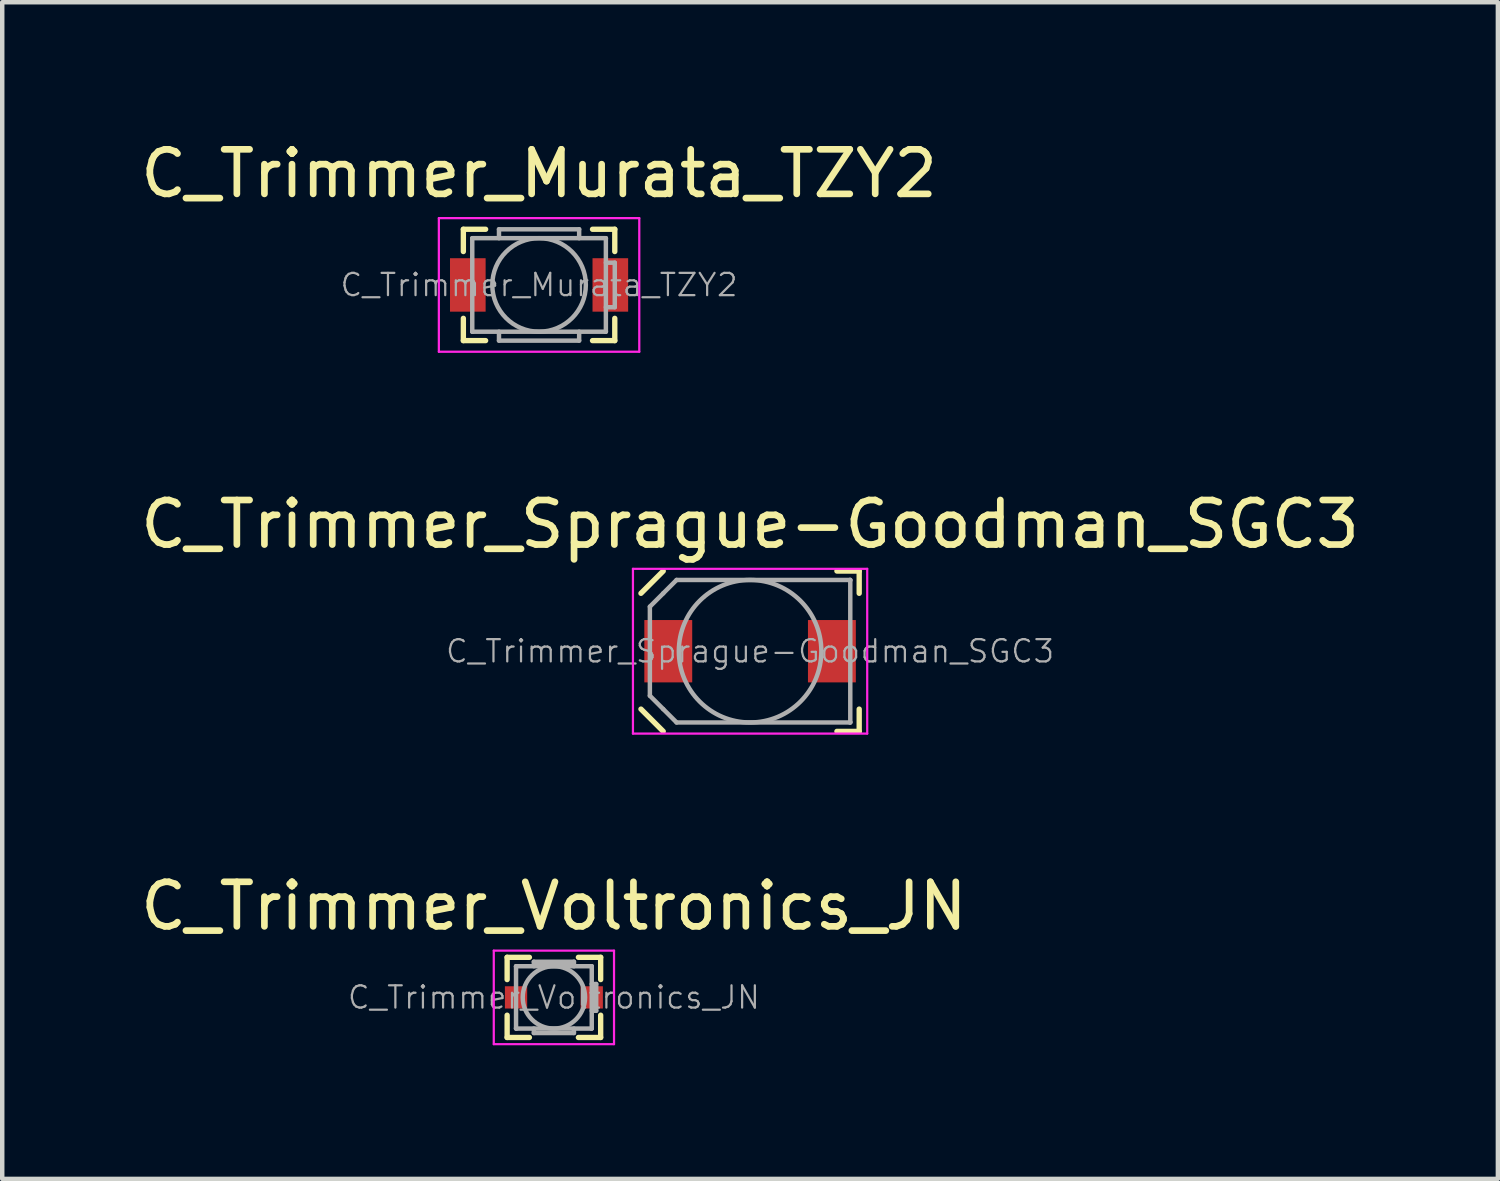
<source format=kicad_pcb>
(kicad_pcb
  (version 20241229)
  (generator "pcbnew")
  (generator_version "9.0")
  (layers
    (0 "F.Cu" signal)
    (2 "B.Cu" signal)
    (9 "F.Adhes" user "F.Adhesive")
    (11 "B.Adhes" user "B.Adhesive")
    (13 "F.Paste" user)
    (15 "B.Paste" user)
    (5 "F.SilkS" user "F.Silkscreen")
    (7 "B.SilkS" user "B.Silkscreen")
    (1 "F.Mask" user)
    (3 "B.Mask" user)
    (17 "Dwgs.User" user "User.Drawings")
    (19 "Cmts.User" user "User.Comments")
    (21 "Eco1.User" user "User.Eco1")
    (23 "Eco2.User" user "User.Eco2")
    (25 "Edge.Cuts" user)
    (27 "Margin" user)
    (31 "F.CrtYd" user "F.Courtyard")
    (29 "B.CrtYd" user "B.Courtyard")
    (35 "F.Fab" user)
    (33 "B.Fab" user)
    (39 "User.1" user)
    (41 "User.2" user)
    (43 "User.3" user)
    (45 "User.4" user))
  (footprint "C_Trimmer_Voltronics_JN"
    (layer "F.Cu")
    (at 9.387 19.345)
    (property "Reference" "C_Trimmer_Voltronics_JN" (at 0 -2.05 0) (layer "F.SilkS") (effects (font (size 1 1) (thickness 0.15))))
    (attr smd)
    (fp_line (start -1.05 -0.9) (end -1.05 -0.4) (stroke (width 0.12) (type solid)) (layer "F.SilkS"))
    (fp_line (start -1.05 -0.9) (end -0.55 -0.9) (stroke (width 0.12) (type solid)) (layer "F.SilkS"))
    (fp_line (start -1.05 0.9) (end -1.05 0.4) (stroke (width 0.12) (type solid)) (layer "F.SilkS"))
    (fp_line (start -1.05 0.9) (end -0.55 0.9) (stroke (width 0.12) (type solid)) (layer "F.SilkS"))
    (fp_line (start 1.05 -0.9) (end 0.55 -0.9) (stroke (width 0.12) (type solid)) (layer "F.SilkS"))
    (fp_line (start 1.05 -0.9) (end 1.05 -0.4) (stroke (width 0.12) (type solid)) (layer "F.SilkS"))
    (fp_line (start 1.05 0.9) (end 0.55 0.9) (stroke (width 0.12) (type solid)) (layer "F.SilkS"))
    (fp_line (start 1.05 0.9) (end 1.05 0.4) (stroke (width 0.12) (type solid)) (layer "F.SilkS"))
    (fp_line (start -1.35 -1.05) (end -1.35 1.05) (stroke (width 0.05) (type solid)) (layer "F.CrtYd"))
    (fp_line (start -1.35 1.05) (end 1.35 1.05) (stroke (width 0.05) (type solid)) (layer "F.CrtYd"))
    (fp_line (start 1.35 -1.05) (end -1.35 -1.05) (stroke (width 0.05) (type solid)) (layer "F.CrtYd"))
    (fp_line (start 1.35 1.05) (end 1.35 -1.05) (stroke (width 0.05) (type solid)) (layer "F.CrtYd"))
    (fp_line (start -0.85 -0.7) (end -0.84 -0.7) (stroke (width 0.1) (type solid)) (layer "F.Fab"))
    (fp_line (start -0.85 -0.69) (end -0.85 -0.7) (stroke (width 0.1) (type solid)) (layer "F.Fab"))
    (fp_line (start -0.85 0.69) (end -0.85 -0.69) (stroke (width 0.1) (type solid)) (layer "F.Fab"))
    (fp_line (start -0.85 0.7) (end -0.85 0.69) (stroke (width 0.1) (type solid)) (layer "F.Fab"))
    (fp_line (start -0.84 -0.7) (end 0.84 -0.7) (stroke (width 0.1) (type solid)) (layer "F.Fab"))
    (fp_line (start -0.84 0.7) (end -0.85 0.7) (stroke (width 0.1) (type solid)) (layer "F.Fab"))
    (fp_line (start -0.45 -0.8) (end 0.45 -0.8) (stroke (width 0.1) (type solid)) (layer "F.Fab"))
    (fp_line (start -0.45 -0.7) (end -0.45 -0.8) (stroke (width 0.1) (type solid)) (layer "F.Fab"))
    (fp_line (start -0.45 0.7) (end -0.45 0.8) (stroke (width 0.1) (type solid)) (layer "F.Fab"))
    (fp_line (start -0.45 0.8) (end 0.45 0.8) (stroke (width 0.1) (type solid)) (layer "F.Fab"))
    (fp_line (start 0.45 -0.8) (end 0.45 -0.7) (stroke (width 0.1) (type solid)) (layer "F.Fab"))
    (fp_line (start 0.45 0.8) (end 0.45 0.7) (stroke (width 0.1) (type solid)) (layer "F.Fab"))
    (fp_line (start 0.84 -0.7) (end 0.85 -0.7) (stroke (width 0.1) (type solid)) (layer "F.Fab"))
    (fp_line (start 0.84 0.7) (end -0.84 0.7) (stroke (width 0.1) (type solid)) (layer "F.Fab"))
    (fp_line (start 0.85 -0.7) (end 0.85 -0.69) (stroke (width 0.1) (type solid)) (layer "F.Fab"))
    (fp_line (start 0.85 -0.69) (end 0.85 0.69) (stroke (width 0.1) (type solid)) (layer "F.Fab"))
    (fp_line (start 0.85 -0.3) (end 0.95 -0.3) (stroke (width 0.1) (type solid)) (layer "F.Fab"))
    (fp_line (start 0.85 0.69) (end 0.85 0.7) (stroke (width 0.1) (type solid)) (layer "F.Fab"))
    (fp_line (start 0.85 0.7) (end 0.84 0.7) (stroke (width 0.1) (type solid)) (layer "F.Fab"))
    (fp_line (start 0.95 -0.3) (end 0.95 0.3) (stroke (width 0.1) (type solid)) (layer "F.Fab"))
    (fp_line (start 0.95 0.3) (end 0.85 0.3) (stroke (width 0.1) (type solid)) (layer "F.Fab"))
    (fp_circle (center 0 0) (end 0.7 0) (stroke (width 0.1) (type solid)) (fill no) (layer "F.Fab"))
    (fp_text user "${REFERENCE}" (at 0 0 0) (layer "F.Fab") (effects (font (size 0.5 0.5) (thickness 0.05))))
    (pad "1" smd rect (at -0.85 0) (size 0.5 0.5) (layers "F.Cu" "F.Mask" "F.Paste"))
    (pad "2" smd rect (at 0.85 0) (size 0.5 0.5) (layers "F.Cu" "F.Mask" "F.Paste")))
  (footprint "C_Trimmer_Murata_TZY2"
    (layer "F.Cu")
    (at 9.054 3.348)
    (property "Reference" "C_Trimmer_Murata_TZY2" (at 0 -2.5 0) (layer "F.SilkS") (effects (font (size 1 1) (thickness 0.15))))
    (attr smd)
    (fp_line (start -1.7 -1.25) (end -1.7 -0.75) (stroke (width 0.12) (type solid)) (layer "F.SilkS"))
    (fp_line (start -1.7 -1.25) (end -1.2 -1.25) (stroke (width 0.12) (type solid)) (layer "F.SilkS"))
    (fp_line (start -1.7 1.25) (end -1.7 0.75) (stroke (width 0.12) (type solid)) (layer "F.SilkS"))
    (fp_line (start -1.7 1.25) (end -1.2 1.25) (stroke (width 0.12) (type solid)) (layer "F.SilkS"))
    (fp_line (start 1.7 -1.25) (end 1.2 -1.25) (stroke (width 0.12) (type solid)) (layer "F.SilkS"))
    (fp_line (start 1.7 -1.25) (end 1.7 -0.75) (stroke (width 0.12) (type solid)) (layer "F.SilkS"))
    (fp_line (start 1.7 1.25) (end 1.2 1.25) (stroke (width 0.12) (type solid)) (layer "F.SilkS"))
    (fp_line (start 1.7 1.25) (end 1.7 0.75) (stroke (width 0.12) (type solid)) (layer "F.SilkS"))
    (fp_line (start -2.25 -1.5) (end -2.25 1.5) (stroke (width 0.05) (type solid)) (layer "F.CrtYd"))
    (fp_line (start -2.25 1.5) (end 2.25 1.5) (stroke (width 0.05) (type solid)) (layer "F.CrtYd"))
    (fp_line (start 2.25 -1.5) (end -2.25 -1.5) (stroke (width 0.05) (type solid)) (layer "F.CrtYd"))
    (fp_line (start 2.25 1.5) (end 2.25 -1.5) (stroke (width 0.05) (type solid)) (layer "F.CrtYd"))
    (fp_line (start -1.5 -1.05) (end -1.49 -1.05) (stroke (width 0.1) (type solid)) (layer "F.Fab"))
    (fp_line (start -1.5 -1.04) (end -1.5 -1.05) (stroke (width 0.1) (type solid)) (layer "F.Fab"))
    (fp_line (start -1.5 1.04) (end -1.5 -1.04) (stroke (width 0.1) (type solid)) (layer "F.Fab"))
    (fp_line (start -1.5 1.05) (end -1.5 1.04) (stroke (width 0.1) (type solid)) (layer "F.Fab"))
    (fp_line (start -1.49 -1.05) (end 1.49 -1.05) (stroke (width 0.1) (type solid)) (layer "F.Fab"))
    (fp_line (start -1.49 1.05) (end -1.5 1.05) (stroke (width 0.1) (type solid)) (layer "F.Fab"))
    (fp_line (start -0.9 -1.25) (end 0.9 -1.25) (stroke (width 0.1) (type solid)) (layer "F.Fab"))
    (fp_line (start -0.9 -1.05) (end -0.9 -1.25) (stroke (width 0.1) (type solid)) (layer "F.Fab"))
    (fp_line (start -0.9 1.05) (end -0.9 1.25) (stroke (width 0.1) (type solid)) (layer "F.Fab"))
    (fp_line (start -0.9 1.25) (end 0.9 1.25) (stroke (width 0.1) (type solid)) (layer "F.Fab"))
    (fp_line (start 0.9 -1.25) (end 0.9 -1.05) (stroke (width 0.1) (type solid)) (layer "F.Fab"))
    (fp_line (start 0.9 1.25) (end 0.9 1.05) (stroke (width 0.1) (type solid)) (layer "F.Fab"))
    (fp_line (start 1.49 -1.05) (end 1.5 -1.05) (stroke (width 0.1) (type solid)) (layer "F.Fab"))
    (fp_line (start 1.49 1.05) (end -1.49 1.05) (stroke (width 0.1) (type solid)) (layer "F.Fab"))
    (fp_line (start 1.5 -1.05) (end 1.5 -1.04) (stroke (width 0.1) (type solid)) (layer "F.Fab"))
    (fp_line (start 1.5 -1.04) (end 1.5 1.04) (stroke (width 0.1) (type solid)) (layer "F.Fab"))
    (fp_line (start 1.5 -0.5) (end 1.7 -0.5) (stroke (width 0.1) (type solid)) (layer "F.Fab"))
    (fp_line (start 1.5 1.04) (end 1.5 1.05) (stroke (width 0.1) (type solid)) (layer "F.Fab"))
    (fp_line (start 1.5 1.05) (end 1.49 1.05) (stroke (width 0.1) (type solid)) (layer "F.Fab"))
    (fp_line (start 1.7 -0.5) (end 1.7 0.5) (stroke (width 0.1) (type solid)) (layer "F.Fab"))
    (fp_line (start 1.7 0.5) (end 1.5 0.5) (stroke (width 0.1) (type solid)) (layer "F.Fab"))
    (fp_circle (center 0 0) (end 1.05 0) (stroke (width 0.1) (type solid)) (fill no) (layer "F.Fab"))
    (fp_text user "${REFERENCE}" (at 0 0 0) (layer "F.Fab") (effects (font (size 0.5 0.5) (thickness 0.05))))
    (pad "1" smd rect (at -1.6 0) (size 0.8 1.2) (layers "F.Cu" "F.Mask" "F.Paste"))
    (pad "2" smd rect (at 1.6 0) (size 0.8 1.2) (layers "F.Cu" "F.Mask" "F.Paste")))
  (footprint "C_Trimmer_Sprague-Goodman_SGC3"
    (layer "F.Cu")
    (at 13.792 11.572)
    (property "Reference" "C_Trimmer_Sprague-Goodman_SGC3" (at 0 -2.85 0) (layer "F.SilkS") (effects (font (size 1 1) (thickness 0.15))))
    (attr smd)
    (fp_line (start -2.45 -1.3) (end -1.95 -1.8) (stroke (width 0.12) (type solid)) (layer "F.SilkS"))
    (fp_line (start -2.45 1.3) (end -1.95 1.8) (stroke (width 0.12) (type solid)) (layer "F.SilkS"))
    (fp_line (start 2.45 -1.8) (end 1.95 -1.8) (stroke (width 0.12) (type solid)) (layer "F.SilkS"))
    (fp_line (start 2.45 -1.8) (end 2.45 -1.3) (stroke (width 0.12) (type solid)) (layer "F.SilkS"))
    (fp_line (start 2.45 1.8) (end 1.95 1.8) (stroke (width 0.12) (type solid)) (layer "F.SilkS"))
    (fp_line (start 2.45 1.8) (end 2.45 1.3) (stroke (width 0.12) (type solid)) (layer "F.SilkS"))
    (fp_line (start -2.63 -1.85) (end -2.63 1.85) (stroke (width 0.05) (type solid)) (layer "F.CrtYd"))
    (fp_line (start -2.63 1.85) (end 2.63 1.85) (stroke (width 0.05) (type solid)) (layer "F.CrtYd"))
    (fp_line (start 2.63 -1.85) (end -2.63 -1.85) (stroke (width 0.05) (type solid)) (layer "F.CrtYd"))
    (fp_line (start 2.63 1.85) (end 2.63 -1.85) (stroke (width 0.05) (type solid)) (layer "F.CrtYd"))
    (fp_line (start -2.25 -1) (end -1.95 -1.3) (stroke (width 0.1) (type solid)) (layer "F.Fab"))
    (fp_line (start -2.25 1) (end -2.25 -1) (stroke (width 0.1) (type solid)) (layer "F.Fab"))
    (fp_line (start -1.95 -1.3) (end -1.65 -1.6) (stroke (width 0.1) (type solid)) (layer "F.Fab"))
    (fp_line (start -1.95 1.3) (end -2.25 1) (stroke (width 0.1) (type solid)) (layer "F.Fab"))
    (fp_line (start -1.65 -1.6) (end 2.24 -1.6) (stroke (width 0.1) (type solid)) (layer "F.Fab"))
    (fp_line (start -1.65 1.6) (end -1.95 1.3) (stroke (width 0.1) (type solid)) (layer "F.Fab"))
    (fp_line (start 2.24 -1.6) (end 2.25 -1.6) (stroke (width 0.1) (type solid)) (layer "F.Fab"))
    (fp_line (start 2.24 1.6) (end -1.65 1.6) (stroke (width 0.1) (type solid)) (layer "F.Fab"))
    (fp_line (start 2.25 -1.6) (end 2.25 -1.59) (stroke (width 0.1) (type solid)) (layer "F.Fab"))
    (fp_line (start 2.25 -1.59) (end 2.25 1.59) (stroke (width 0.1) (type solid)) (layer "F.Fab"))
    (fp_line (start 2.25 1.59) (end 2.25 1.6) (stroke (width 0.1) (type solid)) (layer "F.Fab"))
    (fp_line (start 2.25 1.6) (end 2.24 1.6) (stroke (width 0.1) (type solid)) (layer "F.Fab"))
    (fp_circle (center 0 0) (end 1.6 0) (stroke (width 0.1) (type solid)) (fill no) (layer "F.Fab"))
    (fp_text user "${REFERENCE}" (at 0 0 0) (layer "F.Fab") (effects (font (size 0.5 0.5) (thickness 0.05))))
    (pad "1" smd rect (at -1.837 0) (size 1.075 1.4) (layers "F.Cu" "F.Mask" "F.Paste"))
    (pad "2" smd rect (at 1.837 0) (size 1.075 1.4) (layers "F.Cu" "F.Mask" "F.Paste")))
  (gr_rect
    (start -3 -3)
    (end 30.583 23.42)
    (stroke (width 0.1) (type default))
    (fill no)
    (layer "Edge.Cuts")))
</source>
